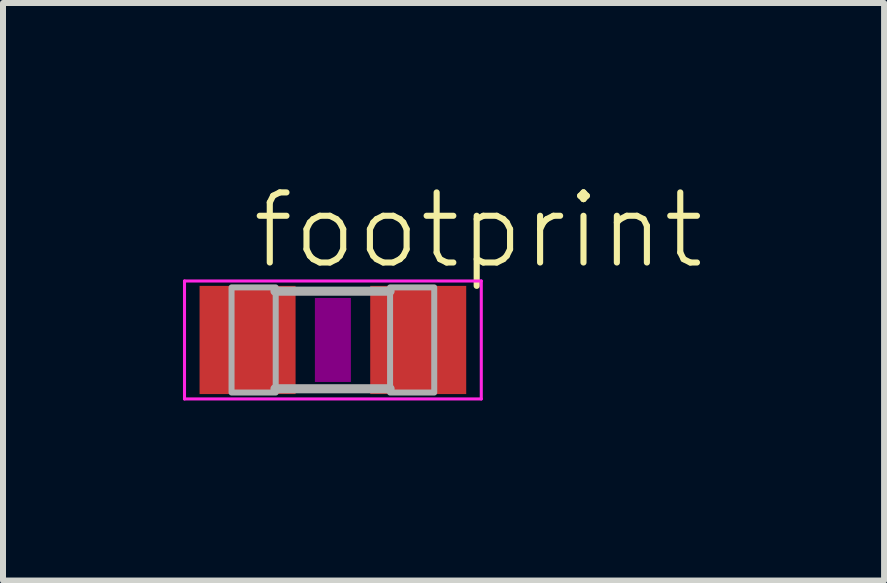
<source format=kicad_pcb>
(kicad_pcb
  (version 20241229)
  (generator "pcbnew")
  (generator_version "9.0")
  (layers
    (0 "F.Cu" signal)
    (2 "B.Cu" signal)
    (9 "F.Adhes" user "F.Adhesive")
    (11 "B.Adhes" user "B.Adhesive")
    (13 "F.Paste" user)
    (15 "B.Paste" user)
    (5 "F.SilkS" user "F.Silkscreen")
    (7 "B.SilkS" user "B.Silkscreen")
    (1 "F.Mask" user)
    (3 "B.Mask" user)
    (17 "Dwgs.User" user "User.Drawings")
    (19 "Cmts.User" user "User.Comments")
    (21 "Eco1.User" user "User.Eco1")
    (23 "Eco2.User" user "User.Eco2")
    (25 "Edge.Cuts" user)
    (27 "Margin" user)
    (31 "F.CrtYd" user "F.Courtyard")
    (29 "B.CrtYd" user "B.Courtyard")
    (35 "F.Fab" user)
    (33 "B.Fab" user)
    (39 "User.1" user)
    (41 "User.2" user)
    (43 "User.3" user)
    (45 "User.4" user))
  (footprint "footprint"
    (layer "F.Cu")
    (at 2.498 2.616)
    (property "Reference" "footprint" (at -1.397 -1.143 0) (layer "F.SilkS") (effects (font (size 1.168 1.168) (thickness 0.102)) (justify left bottom)))
    (fp_poly (pts (xy -0.3 0.7) (xy 0.3 0.7) (xy 0.3 -0.7) (xy -0.3 -0.7)) (stroke (width 0) (type solid)) (fill yes) (layer "F.Adhes"))
    (fp_line (start -2.473 -0.983) (end 2.473 -0.983) (stroke (width 0.051) (type solid)) (layer "F.CrtYd"))
    (fp_line (start -2.473 0.983) (end -2.473 -0.983) (stroke (width 0.051) (type solid)) (layer "F.CrtYd"))
    (fp_line (start 2.473 -0.983) (end 2.473 0.983) (stroke (width 0.051) (type solid)) (layer "F.CrtYd"))
    (fp_line (start 2.473 0.983) (end -2.473 0.983) (stroke (width 0.051) (type solid)) (layer "F.CrtYd"))
    (fp_line (start 0.953 -0.813) (end -0.965 -0.813) (stroke (width 0.152) (type solid)) (layer "F.Fab"))
    (fp_line (start 0.953 0.813) (end -0.965 0.813) (stroke (width 0.152) (type solid)) (layer "F.Fab"))
    (fp_poly (pts (xy -1.689 0.876) (xy -0.953 0.876) (xy -0.953 -0.876) (xy -1.689 -0.876)) (stroke (width 0.1) (type solid)) (fill no) (layer "F.Fab"))
    (fp_poly (pts (xy 0.953 0.876) (xy 1.689 0.876) (xy 1.689 -0.876) (xy 0.953 -0.876)) (stroke (width 0.1) (type solid)) (fill no) (layer "F.Fab"))
    (pad "1" smd rect (at -1.422 0) (size 1.6 1.803) (layers "F.Cu" "F.Mask" "F.Paste"))
    (pad "2" smd rect (at 1.422 0) (size 1.6 1.803) (layers "F.Cu" "F.Mask" "F.Paste")))
  (gr_rect
    (start -3 -3)
    (end 11.684 6.625)
    (stroke (width 0.1) (type default))
    (fill no)
    (layer "Edge.Cuts")))
</source>
